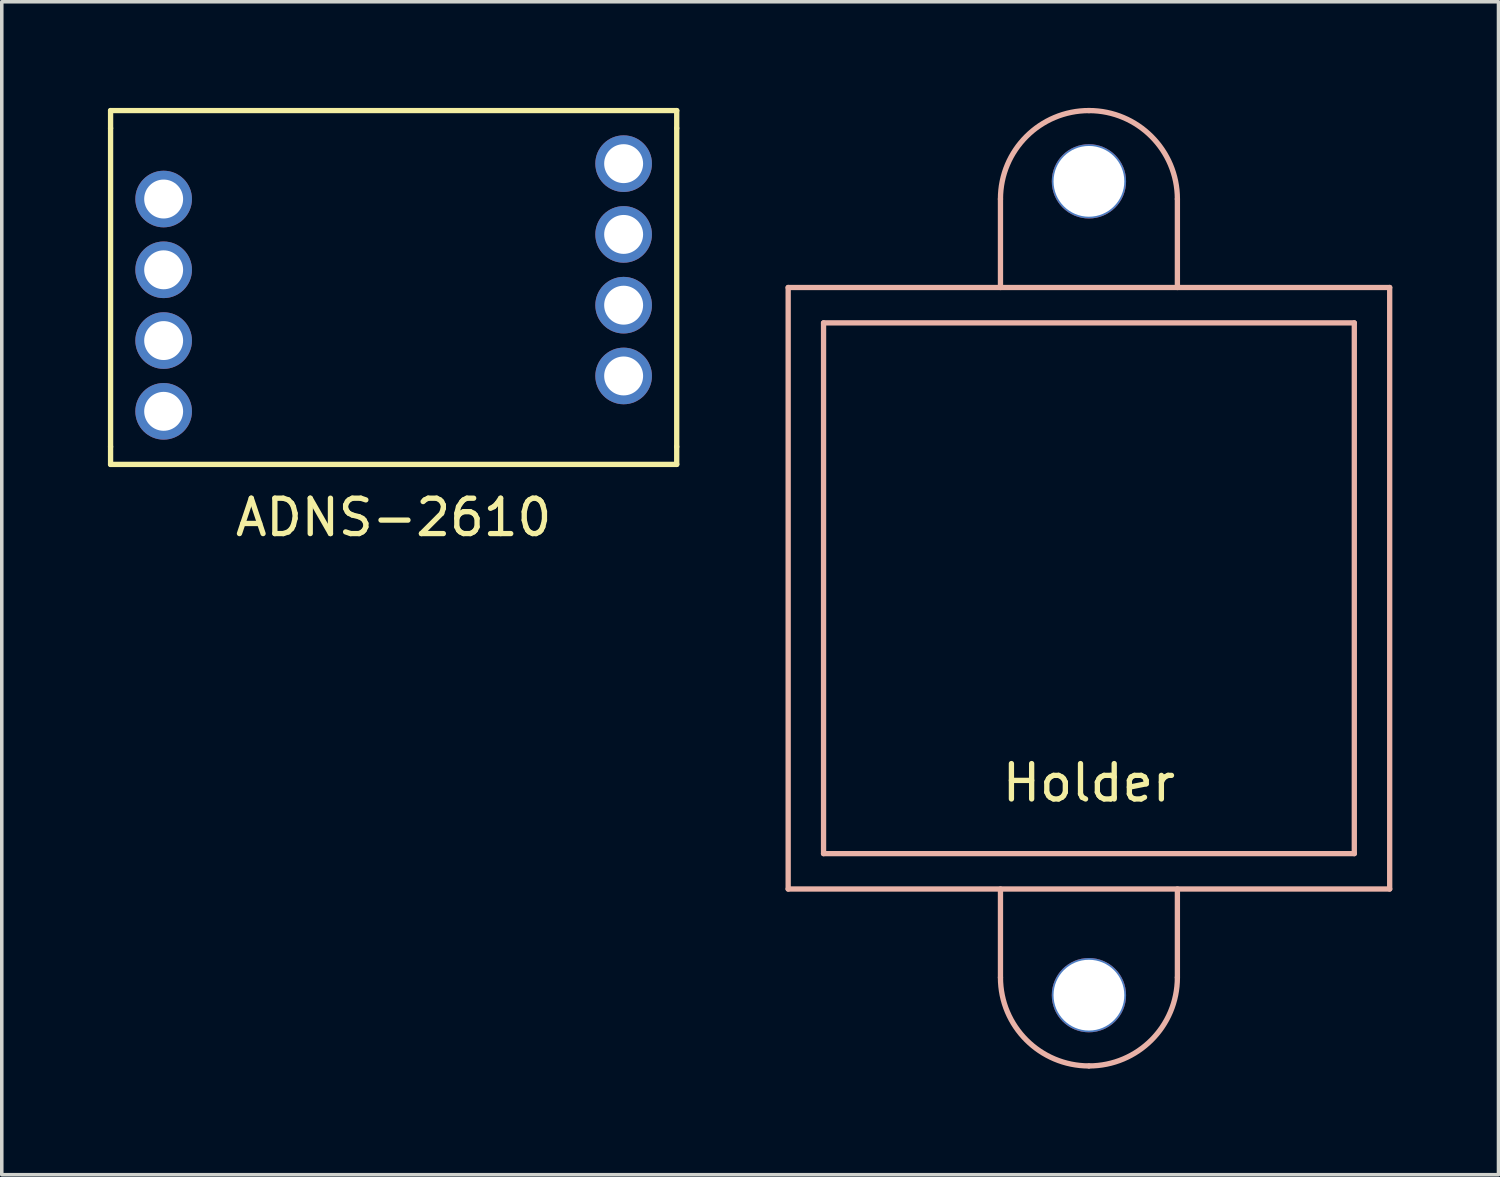
<source format=kicad_pcb>
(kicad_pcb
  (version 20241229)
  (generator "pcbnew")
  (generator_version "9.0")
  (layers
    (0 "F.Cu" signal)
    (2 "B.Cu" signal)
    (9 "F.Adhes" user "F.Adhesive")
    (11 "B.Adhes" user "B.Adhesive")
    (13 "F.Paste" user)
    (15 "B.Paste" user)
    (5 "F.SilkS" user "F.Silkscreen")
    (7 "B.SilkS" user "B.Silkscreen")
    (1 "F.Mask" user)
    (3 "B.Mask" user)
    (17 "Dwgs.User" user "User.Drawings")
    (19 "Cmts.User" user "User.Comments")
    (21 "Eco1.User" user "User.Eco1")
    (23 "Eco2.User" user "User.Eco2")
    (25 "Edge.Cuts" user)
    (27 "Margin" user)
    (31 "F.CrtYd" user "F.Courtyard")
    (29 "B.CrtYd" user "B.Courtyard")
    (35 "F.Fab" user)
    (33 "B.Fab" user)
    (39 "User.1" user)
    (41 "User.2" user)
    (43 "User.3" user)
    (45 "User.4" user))
  (footprint "Holder"
    (layer "F.Cu")
    (at 27.725 11.075)
    (property "Reference" "Holder" (at 0 8 0) (layer "F.SilkS") (effects (font (size 1 1) (thickness 0.15))))
    (attr through_hole)
    (fp_line (start -8.5 -6) (end -8.5 11) (stroke (width 0.15) (type solid)) (layer "B.SilkS"))
    (fp_line (start -8.5 11) (end 8.5 11) (stroke (width 0.15) (type solid)) (layer "B.SilkS"))
    (fp_line (start -7.5 -5) (end 7.5 -5) (stroke (width 0.15) (type solid)) (layer "B.SilkS"))
    (fp_line (start -7.5 10) (end -7.5 -5) (stroke (width 0.15) (type solid)) (layer "B.SilkS"))
    (fp_line (start -2.5 -6) (end -2.5 -8.5) (stroke (width 0.15) (type solid)) (layer "B.SilkS"))
    (fp_line (start -2.5 11) (end -2.5 13.5) (stroke (width 0.15) (type solid)) (layer "B.SilkS"))
    (fp_line (start 2.5 -8.5) (end 2.5 -6) (stroke (width 0.15) (type solid)) (layer "B.SilkS"))
    (fp_line (start 2.5 11) (end 2.5 13.5) (stroke (width 0.15) (type solid)) (layer "B.SilkS"))
    (fp_line (start 7.5 -5) (end 7.5 10) (stroke (width 0.15) (type solid)) (layer "B.SilkS"))
    (fp_line (start 7.5 10) (end -7.5 10) (stroke (width 0.15) (type solid)) (layer "B.SilkS"))
    (fp_line (start 8.5 -6) (end -8.5 -6) (stroke (width 0.15) (type solid)) (layer "B.SilkS"))
    (fp_line (start 8.5 11) (end 8.5 -6) (stroke (width 0.15) (type solid)) (layer "B.SilkS"))
    (fp_arc (start -2.5 -8.5) (mid -1.767767 -10.267767) (end 0 -11) (stroke (width 0.15) (type solid)) (layer "B.SilkS"))
    (fp_arc (start 0 -11) (mid 1.767767 -10.267767) (end 2.5 -8.5) (stroke (width 0.15) (type solid)) (layer "B.SilkS"))
    (fp_arc (start 0 16) (mid -1.767767 15.267767) (end -2.5 13.5) (stroke (width 0.15) (type solid)) (layer "B.SilkS"))
    (fp_arc (start 2.5 13.5) (mid 1.767767 15.267767) (end 0 16) (stroke (width 0.15) (type solid)) (layer "B.SilkS"))
    (pad "1" thru_hole circle (at 0 14) (size 2.1 2.1) (drill 2) (layers "*.Cu" "*.Mask"))
    (pad "2" thru_hole circle (at 0 -9) (size 2.1 2.1) (drill 2) (layers "*.Cu" "*.Mask")))
  (footprint "ADNS-2610"
    (layer "F.Cu")
    (at 8.075 7.575)
    (property "Reference" "ADNS-2610" (at 0 4 0) (layer "F.SilkS") (effects (font (size 1 1) (thickness 0.15))))
    (attr through_hole)
    (fp_line (start -8 -7.5) (end -8 -7) (stroke (width 0.15) (type solid)) (layer "F.SilkS"))
    (fp_line (start -8 2) (end -8 -7) (stroke (width 0.15) (type solid)) (layer "F.SilkS"))
    (fp_line (start -8 2.5) (end -8 2) (stroke (width 0.15) (type solid)) (layer "F.SilkS"))
    (fp_line (start 8 -7.5) (end -8 -7.5) (stroke (width 0.15) (type solid)) (layer "F.SilkS"))
    (fp_line (start 8 -7) (end 8 -7.5) (stroke (width 0.15) (type solid)) (layer "F.SilkS"))
    (fp_line (start 8 -7) (end 8 2) (stroke (width 0.15) (type solid)) (layer "F.SilkS"))
    (fp_line (start 8 2) (end 8 2.5) (stroke (width 0.15) (type solid)) (layer "F.SilkS"))
    (fp_line (start 8 2.5) (end -8 2.5) (stroke (width 0.15) (type solid)) (layer "F.SilkS"))
    (pad "1" thru_hole circle (at 6.5 0) (size 1.6 1.6) (drill 1.1) (layers "*.Cu" "*.Mask"))
    (pad "2" thru_hole circle (at 6.5 -2) (size 1.6 1.6) (drill 1.1) (layers "*.Cu" "*.Mask"))
    (pad "3" thru_hole circle (at 6.5 -4) (size 1.6 1.6) (drill 1.1) (layers "*.Cu" "*.Mask"))
    (pad "4" thru_hole circle (at 6.5 -6) (size 1.6 1.6) (drill 1.1) (layers "*.Cu" "*.Mask"))
    (pad "5" thru_hole circle (at -6.5 -5) (size 1.6 1.6) (drill 1.1) (layers "*.Cu" "*.Mask"))
    (pad "6" thru_hole circle (at -6.5 -3) (size 1.6 1.6) (drill 1.1) (layers "*.Cu" "*.Mask"))
    (pad "7" thru_hole circle (at -6.5 -1) (size 1.6 1.6) (drill 1.1) (layers "*.Cu" "*.Mask"))
    (pad "8" thru_hole circle (at -6.5 1) (size 1.6 1.6) (drill 1.1) (layers "*.Cu" "*.Mask")))
  (gr_rect
    (start -3 -3)
    (end 39.3 30.15)
    (stroke (width 0.1) (type default))
    (fill no)
    (layer "Edge.Cuts")))
</source>
